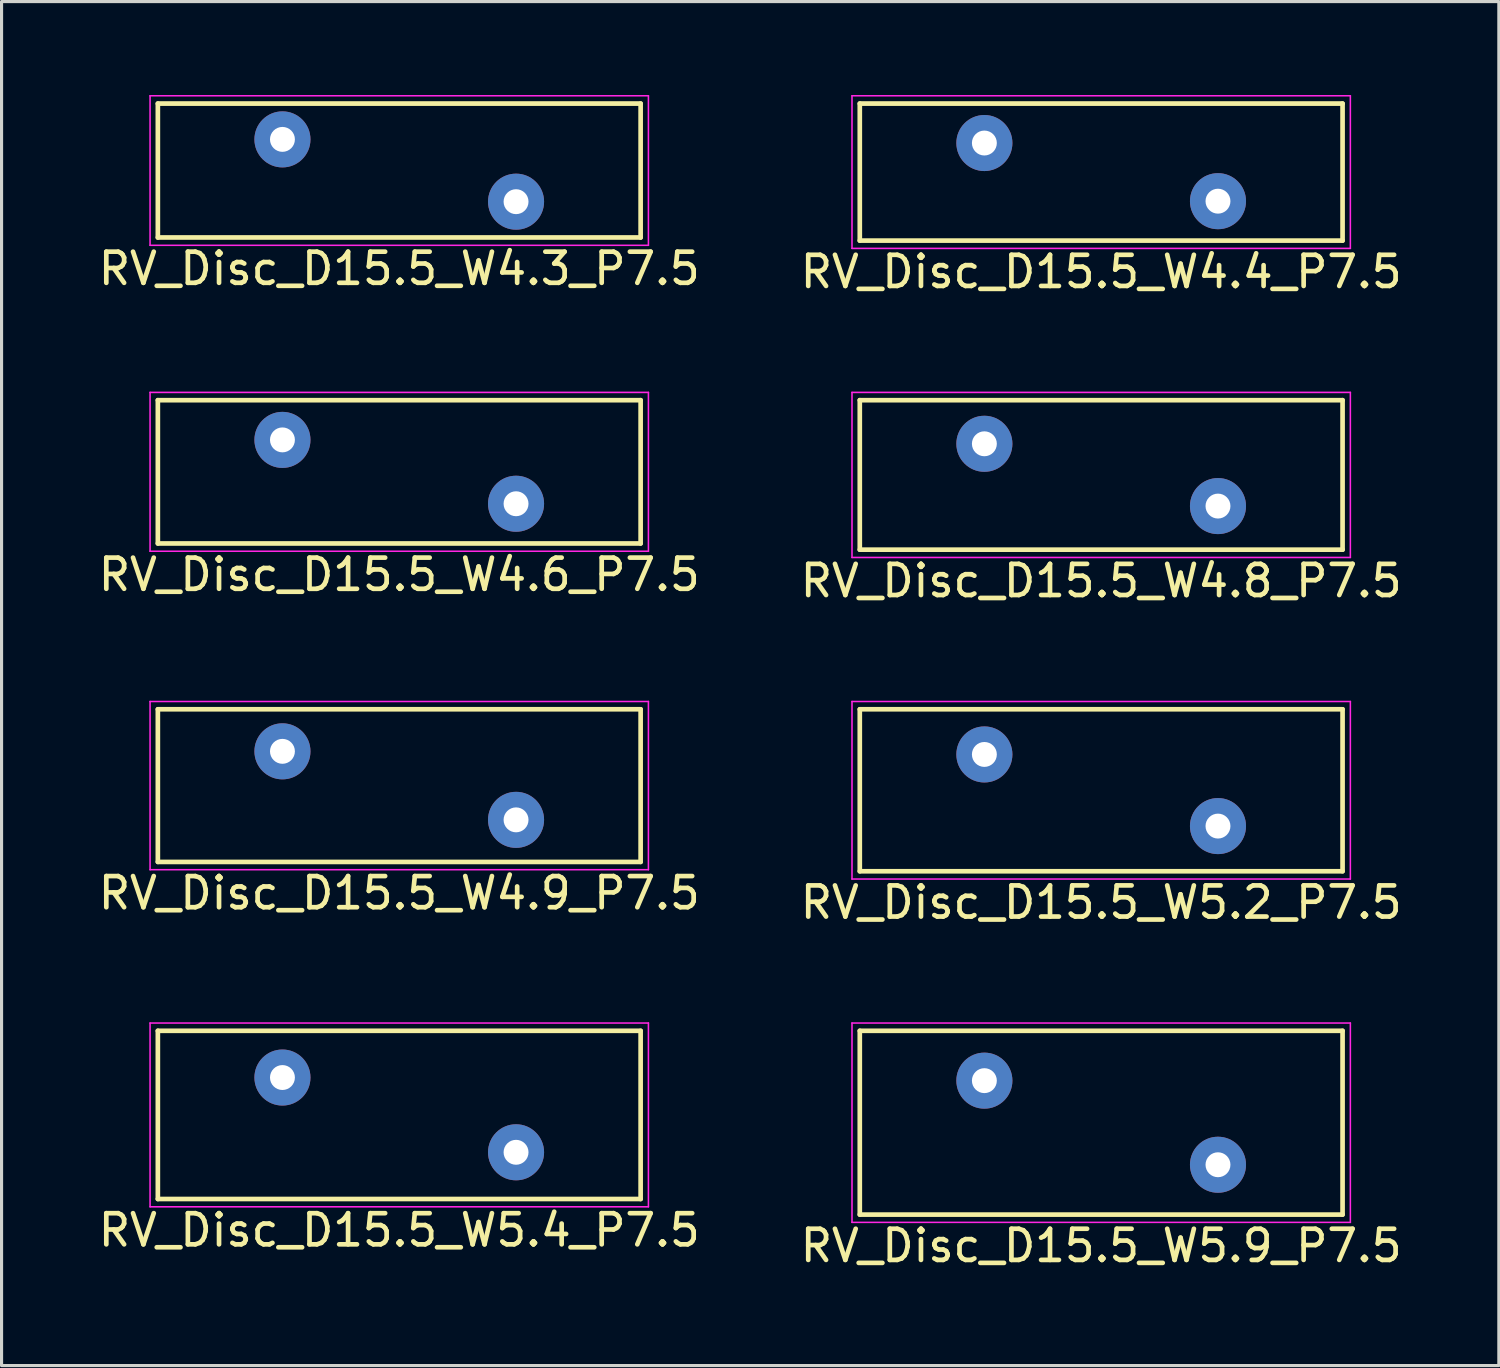
<source format=kicad_pcb>
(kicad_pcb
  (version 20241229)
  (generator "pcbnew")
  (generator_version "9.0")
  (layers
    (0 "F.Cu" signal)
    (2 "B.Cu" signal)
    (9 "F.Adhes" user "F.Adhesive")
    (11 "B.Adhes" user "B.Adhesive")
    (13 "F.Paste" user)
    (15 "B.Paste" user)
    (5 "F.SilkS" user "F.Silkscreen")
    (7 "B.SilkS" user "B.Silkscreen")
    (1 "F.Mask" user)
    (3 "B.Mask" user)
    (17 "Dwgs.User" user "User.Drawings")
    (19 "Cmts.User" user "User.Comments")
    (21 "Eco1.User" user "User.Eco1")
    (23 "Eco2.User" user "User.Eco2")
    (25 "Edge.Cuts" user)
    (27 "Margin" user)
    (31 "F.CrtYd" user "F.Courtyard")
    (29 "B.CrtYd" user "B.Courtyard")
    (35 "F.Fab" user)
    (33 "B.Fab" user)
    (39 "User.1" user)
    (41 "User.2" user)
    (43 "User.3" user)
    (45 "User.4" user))
  (footprint "RV_Disc_D15.5_W4.9_P7.5"
    (layer "F.Cu")
    (at 6.018 21.072)
    (property "Reference" "RV_Disc_D15.5_W4.9_P7.5" (at 3.75 4.55 0) (layer "F.SilkS") (effects (font (size 1 1) (thickness 0.15))))
    (attr through_hole)
    (fp_line (start -4 -1.35) (end -4 3.55) (stroke (width 0.15) (type solid)) (layer "F.SilkS"))
    (fp_line (start -4 -1.35) (end 11.5 -1.35) (stroke (width 0.15) (type solid)) (layer "F.SilkS"))
    (fp_line (start -4 3.55) (end 11.5 3.55) (stroke (width 0.15) (type solid)) (layer "F.SilkS"))
    (fp_line (start 11.5 -1.35) (end 11.5 3.55) (stroke (width 0.15) (type solid)) (layer "F.SilkS"))
    (fp_line (start -4.25 -1.6) (end -4.25 3.8) (stroke (width 0.05) (type solid)) (layer "F.CrtYd"))
    (fp_line (start -4.25 -1.6) (end 11.75 -1.6) (stroke (width 0.05) (type solid)) (layer "F.CrtYd"))
    (fp_line (start -4.25 3.8) (end 11.75 3.8) (stroke (width 0.05) (type solid)) (layer "F.CrtYd"))
    (fp_line (start 11.75 -1.6) (end 11.75 3.8) (stroke (width 0.05) (type solid)) (layer "F.CrtYd"))
    (pad "1" thru_hole circle (at 0 0) (size 1.8 1.8) (drill 0.8) (layers "*.Cu" "*.Mask"))
    (pad "2" thru_hole circle (at 7.5 2.2) (size 1.8 1.8) (drill 0.8) (layers "*.Cu" "*.Mask")))
  (footprint "RV_Disc_D15.5_W5.4_P7.5"
    (layer "F.Cu")
    (at 6.018 31.545)
    (property "Reference" "RV_Disc_D15.5_W5.4_P7.5" (at 3.75 4.9 0) (layer "F.SilkS") (effects (font (size 1 1) (thickness 0.15))))
    (attr through_hole)
    (fp_line (start -4 -1.5) (end -4 3.9) (stroke (width 0.15) (type solid)) (layer "F.SilkS"))
    (fp_line (start -4 -1.5) (end 11.5 -1.5) (stroke (width 0.15) (type solid)) (layer "F.SilkS"))
    (fp_line (start -4 3.9) (end 11.5 3.9) (stroke (width 0.15) (type solid)) (layer "F.SilkS"))
    (fp_line (start 11.5 -1.5) (end 11.5 3.9) (stroke (width 0.15) (type solid)) (layer "F.SilkS"))
    (fp_line (start -4.25 -1.75) (end -4.25 4.15) (stroke (width 0.05) (type solid)) (layer "F.CrtYd"))
    (fp_line (start -4.25 -1.75) (end 11.75 -1.75) (stroke (width 0.05) (type solid)) (layer "F.CrtYd"))
    (fp_line (start -4.25 4.15) (end 11.75 4.15) (stroke (width 0.05) (type solid)) (layer "F.CrtYd"))
    (fp_line (start 11.75 -1.75) (end 11.75 4.15) (stroke (width 0.05) (type solid)) (layer "F.CrtYd"))
    (pad "1" thru_hole circle (at 0 0) (size 1.8 1.8) (drill 0.8) (layers "*.Cu" "*.Mask"))
    (pad "2" thru_hole circle (at 7.5 2.4) (size 1.8 1.8) (drill 0.8) (layers "*.Cu" "*.Mask")))
  (footprint "RV_Disc_D15.5_W5.2_P7.5"
    (layer "F.Cu")
    (at 28.554 21.172)
    (property "Reference" "RV_Disc_D15.5_W5.2_P7.5" (at 3.75 4.75 0) (layer "F.SilkS") (effects (font (size 1 1) (thickness 0.15))))
    (attr through_hole)
    (fp_line (start -4 -1.45) (end -4 3.75) (stroke (width 0.15) (type solid)) (layer "F.SilkS"))
    (fp_line (start -4 -1.45) (end 11.5 -1.45) (stroke (width 0.15) (type solid)) (layer "F.SilkS"))
    (fp_line (start -4 3.75) (end 11.5 3.75) (stroke (width 0.15) (type solid)) (layer "F.SilkS"))
    (fp_line (start 11.5 -1.45) (end 11.5 3.75) (stroke (width 0.15) (type solid)) (layer "F.SilkS"))
    (fp_line (start -4.25 -1.7) (end -4.25 4) (stroke (width 0.05) (type solid)) (layer "F.CrtYd"))
    (fp_line (start -4.25 -1.7) (end 11.75 -1.7) (stroke (width 0.05) (type solid)) (layer "F.CrtYd"))
    (fp_line (start -4.25 4) (end 11.75 4) (stroke (width 0.05) (type solid)) (layer "F.CrtYd"))
    (fp_line (start 11.75 -1.7) (end 11.75 4) (stroke (width 0.05) (type solid)) (layer "F.CrtYd"))
    (pad "1" thru_hole circle (at 0 0) (size 1.8 1.8) (drill 0.8) (layers "*.Cu" "*.Mask"))
    (pad "2" thru_hole circle (at 7.5 2.3) (size 1.8 1.8) (drill 0.8) (layers "*.Cu" "*.Mask")))
  (footprint "RV_Disc_D15.5_W4.6_P7.5"
    (layer "F.Cu")
    (at 6.018 11.073)
    (property "Reference" "RV_Disc_D15.5_W4.6_P7.5" (at 3.75 4.325 0) (layer "F.SilkS") (effects (font (size 1 1) (thickness 0.15))))
    (attr through_hole)
    (fp_line (start -4 -1.275) (end -4 3.325) (stroke (width 0.15) (type solid)) (layer "F.SilkS"))
    (fp_line (start -4 -1.275) (end 11.5 -1.275) (stroke (width 0.15) (type solid)) (layer "F.SilkS"))
    (fp_line (start -4 3.325) (end 11.5 3.325) (stroke (width 0.15) (type solid)) (layer "F.SilkS"))
    (fp_line (start 11.5 -1.275) (end 11.5 3.325) (stroke (width 0.15) (type solid)) (layer "F.SilkS"))
    (fp_line (start -4.25 -1.525) (end -4.25 3.575) (stroke (width 0.05) (type solid)) (layer "F.CrtYd"))
    (fp_line (start -4.25 -1.525) (end 11.75 -1.525) (stroke (width 0.05) (type solid)) (layer "F.CrtYd"))
    (fp_line (start -4.25 3.575) (end 11.75 3.575) (stroke (width 0.05) (type solid)) (layer "F.CrtYd"))
    (fp_line (start 11.75 -1.525) (end 11.75 3.575) (stroke (width 0.05) (type solid)) (layer "F.CrtYd"))
    (pad "1" thru_hole circle (at 0 0) (size 1.8 1.8) (drill 0.8) (layers "*.Cu" "*.Mask"))
    (pad "2" thru_hole circle (at 7.5 2.05) (size 1.8 1.8) (drill 0.8) (layers "*.Cu" "*.Mask")))
  (footprint "RV_Disc_D15.5_W4.8_P7.5"
    (layer "F.Cu")
    (at 28.554 11.198)
    (property "Reference" "RV_Disc_D15.5_W4.8_P7.5" (at 3.75 4.4 0) (layer "F.SilkS") (effects (font (size 1 1) (thickness 0.15))))
    (attr through_hole)
    (fp_line (start -4 -1.4) (end -4 3.4) (stroke (width 0.15) (type solid)) (layer "F.SilkS"))
    (fp_line (start -4 -1.4) (end 11.5 -1.4) (stroke (width 0.15) (type solid)) (layer "F.SilkS"))
    (fp_line (start -4 3.4) (end 11.5 3.4) (stroke (width 0.15) (type solid)) (layer "F.SilkS"))
    (fp_line (start 11.5 -1.4) (end 11.5 3.4) (stroke (width 0.15) (type solid)) (layer "F.SilkS"))
    (fp_line (start -4.25 -1.65) (end -4.25 3.65) (stroke (width 0.05) (type solid)) (layer "F.CrtYd"))
    (fp_line (start -4.25 -1.65) (end 11.75 -1.65) (stroke (width 0.05) (type solid)) (layer "F.CrtYd"))
    (fp_line (start -4.25 3.65) (end 11.75 3.65) (stroke (width 0.05) (type solid)) (layer "F.CrtYd"))
    (fp_line (start 11.75 -1.65) (end 11.75 3.65) (stroke (width 0.05) (type solid)) (layer "F.CrtYd"))
    (pad "1" thru_hole circle (at 0 0) (size 1.8 1.8) (drill 0.8) (layers "*.Cu" "*.Mask"))
    (pad "2" thru_hole circle (at 7.5 2) (size 1.8 1.8) (drill 0.8) (layers "*.Cu" "*.Mask")))
  (footprint "RV_Disc_D15.5_W4.3_P7.5"
    (layer "F.Cu")
    (at 6.018 1.425)
    (property "Reference" "RV_Disc_D15.5_W4.3_P7.5" (at 3.75 4.15 0) (layer "F.SilkS") (effects (font (size 1 1) (thickness 0.15))))
    (attr through_hole)
    (fp_line (start -4 -1.15) (end -4 3.15) (stroke (width 0.15) (type solid)) (layer "F.SilkS"))
    (fp_line (start -4 -1.15) (end 11.5 -1.15) (stroke (width 0.15) (type solid)) (layer "F.SilkS"))
    (fp_line (start -4 3.15) (end 11.5 3.15) (stroke (width 0.15) (type solid)) (layer "F.SilkS"))
    (fp_line (start 11.5 -1.15) (end 11.5 3.15) (stroke (width 0.15) (type solid)) (layer "F.SilkS"))
    (fp_line (start -4.25 -1.4) (end -4.25 3.4) (stroke (width 0.05) (type solid)) (layer "F.CrtYd"))
    (fp_line (start -4.25 -1.4) (end 11.75 -1.4) (stroke (width 0.05) (type solid)) (layer "F.CrtYd"))
    (fp_line (start -4.25 3.4) (end 11.75 3.4) (stroke (width 0.05) (type solid)) (layer "F.CrtYd"))
    (fp_line (start 11.75 -1.4) (end 11.75 3.4) (stroke (width 0.05) (type solid)) (layer "F.CrtYd"))
    (pad "1" thru_hole circle (at 0 0) (size 1.8 1.8) (drill 0.8) (layers "*.Cu" "*.Mask"))
    (pad "2" thru_hole circle (at 7.5 2) (size 1.8 1.8) (drill 0.8) (layers "*.Cu" "*.Mask")))
  (footprint "RV_Disc_D15.5_W4.4_P7.5"
    (layer "F.Cu")
    (at 28.554 1.542)
    (property "Reference" "RV_Disc_D15.5_W4.4_P7.5" (at 3.75 4.133 0) (layer "F.SilkS") (effects (font (size 1 1) (thickness 0.15))))
    (attr through_hole)
    (fp_line (start -4 -1.267) (end -4 3.133) (stroke (width 0.15) (type solid)) (layer "F.SilkS"))
    (fp_line (start -4 -1.267) (end 11.5 -1.267) (stroke (width 0.15) (type solid)) (layer "F.SilkS"))
    (fp_line (start -4 3.133) (end 11.5 3.133) (stroke (width 0.15) (type solid)) (layer "F.SilkS"))
    (fp_line (start 11.5 -1.267) (end 11.5 3.133) (stroke (width 0.15) (type solid)) (layer "F.SilkS"))
    (fp_line (start -4.25 -1.517) (end -4.25 3.383) (stroke (width 0.05) (type solid)) (layer "F.CrtYd"))
    (fp_line (start -4.25 -1.517) (end 11.75 -1.517) (stroke (width 0.05) (type solid)) (layer "F.CrtYd"))
    (fp_line (start -4.25 3.383) (end 11.75 3.383) (stroke (width 0.05) (type solid)) (layer "F.CrtYd"))
    (fp_line (start 11.75 -1.517) (end 11.75 3.383) (stroke (width 0.05) (type solid)) (layer "F.CrtYd"))
    (pad "1" thru_hole circle (at 0 0) (size 1.8 1.8) (drill 0.8) (layers "*.Cu" "*.Mask"))
    (pad "2" thru_hole circle (at 7.5 1.867) (size 1.8 1.8) (drill 0.8) (layers "*.Cu" "*.Mask")))
  (footprint "RV_Disc_D15.5_W5.9_P7.5"
    (layer "F.Cu")
    (at 28.554 31.645)
    (property "Reference" "RV_Disc_D15.5_W5.9_P7.5" (at 3.75 5.3 0) (layer "F.SilkS") (effects (font (size 1 1) (thickness 0.15))))
    (attr through_hole)
    (fp_line (start -4 -1.6) (end -4 4.3) (stroke (width 0.15) (type solid)) (layer "F.SilkS"))
    (fp_line (start -4 -1.6) (end 11.5 -1.6) (stroke (width 0.15) (type solid)) (layer "F.SilkS"))
    (fp_line (start -4 4.3) (end 11.5 4.3) (stroke (width 0.15) (type solid)) (layer "F.SilkS"))
    (fp_line (start 11.5 -1.6) (end 11.5 4.3) (stroke (width 0.15) (type solid)) (layer "F.SilkS"))
    (fp_line (start -4.25 -1.85) (end -4.25 4.55) (stroke (width 0.05) (type solid)) (layer "F.CrtYd"))
    (fp_line (start -4.25 -1.85) (end 11.75 -1.85) (stroke (width 0.05) (type solid)) (layer "F.CrtYd"))
    (fp_line (start -4.25 4.55) (end 11.75 4.55) (stroke (width 0.05) (type solid)) (layer "F.CrtYd"))
    (fp_line (start 11.75 -1.85) (end 11.75 4.55) (stroke (width 0.05) (type solid)) (layer "F.CrtYd"))
    (pad "1" thru_hole circle (at 0 0) (size 1.8 1.8) (drill 0.8) (layers "*.Cu" "*.Mask"))
    (pad "2" thru_hole circle (at 7.5 2.7) (size 1.8 1.8) (drill 0.8) (layers "*.Cu" "*.Mask")))
  (gr_rect
    (start -3 -3)
    (end 45.071 40.793)
    (stroke (width 0.1) (type default))
    (fill no)
    (layer "Edge.Cuts")))
</source>
